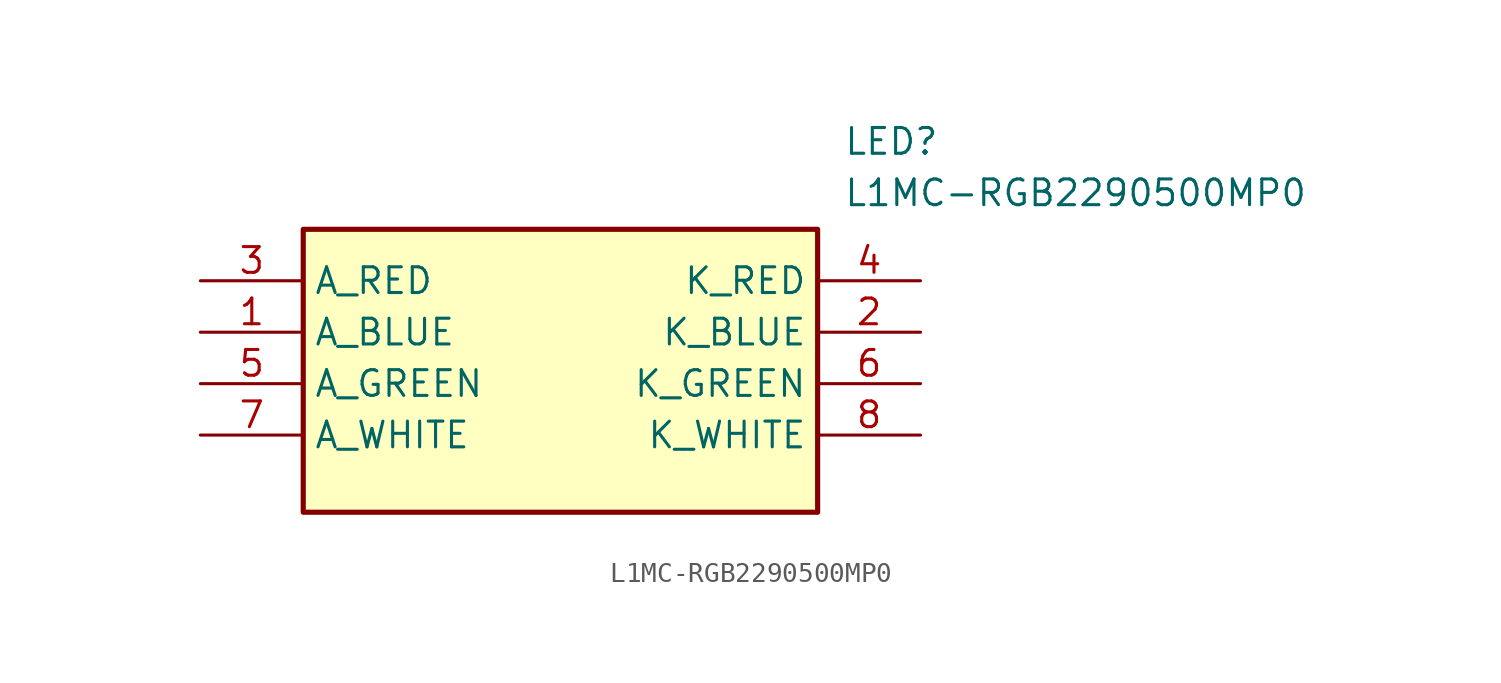
<source format=kicad_sym>
(kicad_symbol_lib
  (version 20241209)
  (generator "kicad_symbol_editor")
  (generator_version "9.0")
  (symbol "L1MC-RGB2290500MP0"
    (property "Reference" "LED"
      (at 31.75 7.62 0)
      (effects (font (size 1.27 1.27)) (justify left top)))
    (property "Value" "L1MC-RGB2290500MP0"
      (at 31.75 5.08 0)
      (effects (font (size 1.27 1.27)) (justify left top)))
    (symbol "L1MC-RGB2290500MP0_1_1"
      (rectangle (start 5.08 2.54) (end 30.48 -11.43) (stroke (width 0.254) (type default)) (fill (type background)))
      (pin unspecified line (at 0 0 0) (length 5.08) (name "A_RED" (effects (font (size 1.27 1.27)))) (number "3" (effects (font (size 1.27 1.27)))))
      (pin unspecified line (at 0 0 0) (length 5.08) (hide yes) (name "A_RED_2" (effects (font (size 1.27 1.27)))) (number "9" (effects (font (size 1.27 1.27)))))
      (pin unspecified line (at 0 -2.54 0) (length 5.08) (name "A_BLUE" (effects (font (size 1.27 1.27)))) (number "1" (effects (font (size 1.27 1.27)))))
      (pin unspecified line (at 0 -5.08 0) (length 5.08) (name "A_GREEN" (effects (font (size 1.27 1.27)))) (number "5" (effects (font (size 1.27 1.27)))))
      (pin unspecified line (at 0 -7.62 0) (length 5.08) (name "A_WHITE" (effects (font (size 1.27 1.27)))) (number "7" (effects (font (size 1.27 1.27)))))
      (pin unspecified line (at 35.56 0 180) (length 5.08) (name "K_RED" (effects (font (size 1.27 1.27)))) (number "4" (effects (font (size 1.27 1.27)))))
      (pin unspecified line (at 35.56 -2.54 180) (length 5.08) (name "K_BLUE" (effects (font (size 1.27 1.27)))) (number "2" (effects (font (size 1.27 1.27)))))
      (pin unspecified line (at 35.56 -5.08 180) (length 5.08) (name "K_GREEN" (effects (font (size 1.27 1.27)))) (number "6" (effects (font (size 1.27 1.27)))))
      (pin unspecified line (at 35.56 -7.62 180) (length 5.08) (name "K_WHITE" (effects (font (size 1.27 1.27)))) (number "8" (effects (font (size 1.27 1.27))))))))
</source>
